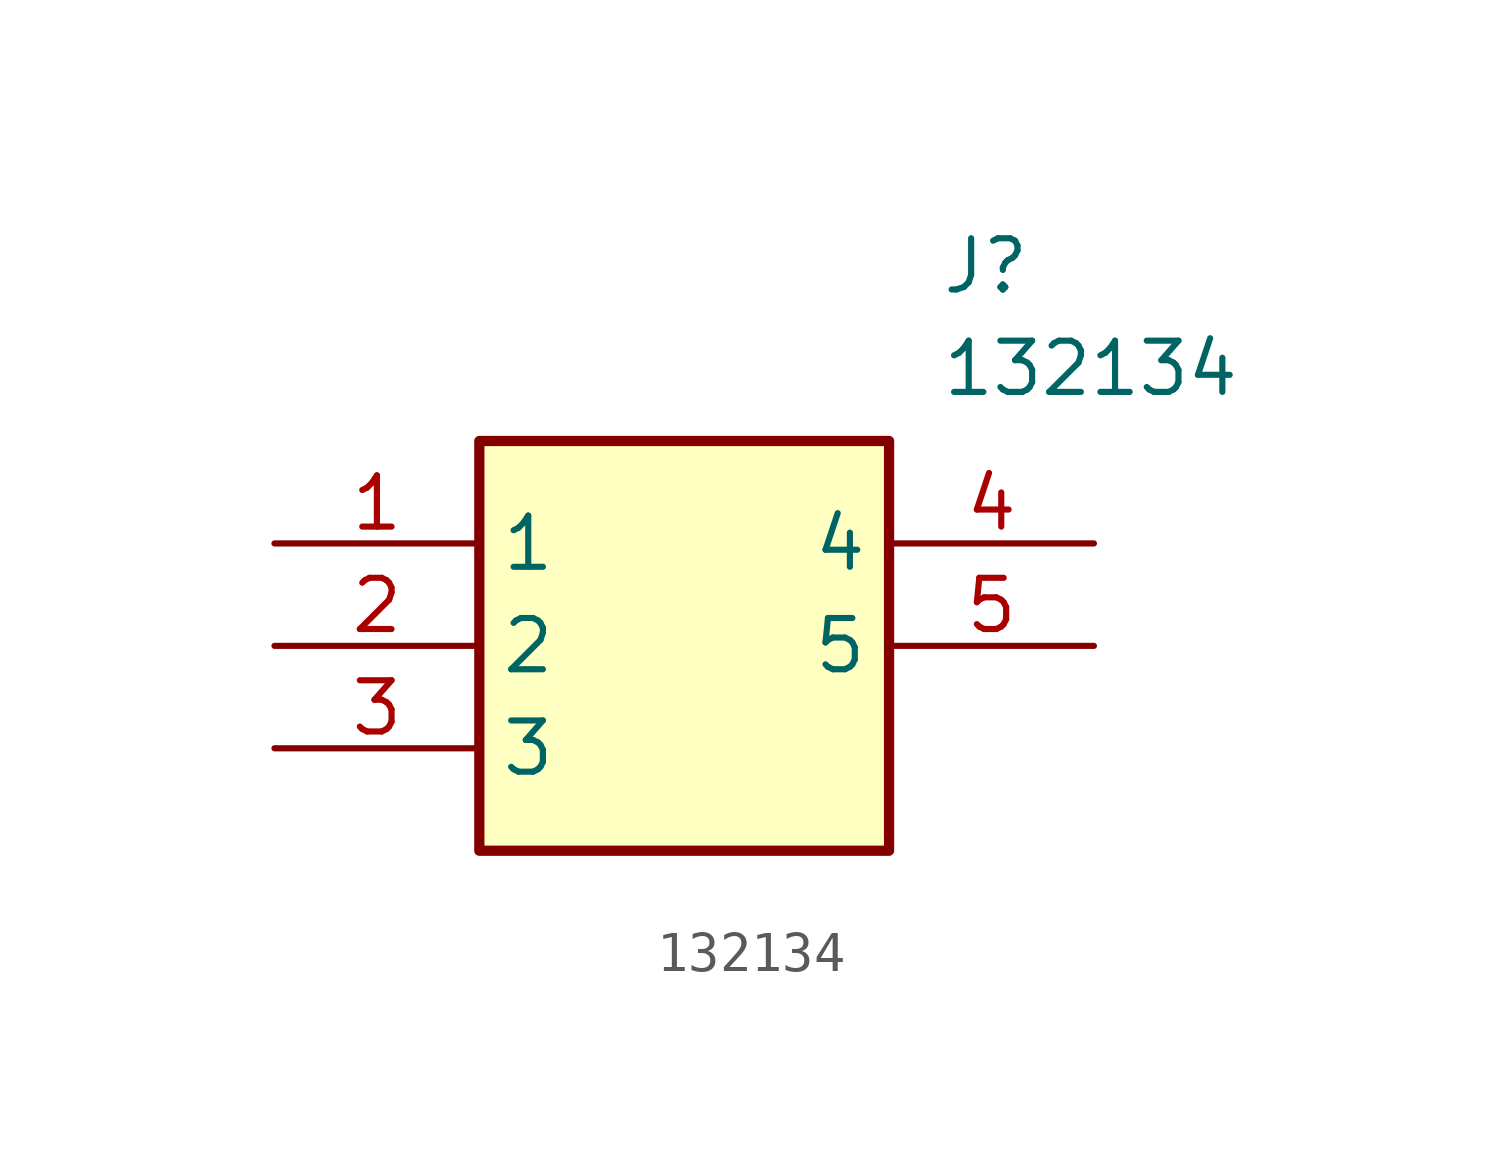
<source format=kicad_sym>
(kicad_symbol_lib
  (version 20211014)
  (generator SamacSys_ECAD_Model)
  (symbol "132134"
    (property "Reference" "J"
      (at 16.51 7.62 0)
      (effects (font (size 1.27 1.27)) (justify left top)))
    (property "Value" "132134"
      (at 16.51 5.08 0)
      (effects (font (size 1.27 1.27)) (justify left top)))
    (rectangle
      (start 5.08 2.54)
      (end 15.24 -7.62)
      (stroke (width 0.254) (type default))
      (fill (type background)))
    (pin passive line
      (at 0 0 0)
      (length 5.08)
      (name "1" (effects (font (size 1.27 1.27))))
      (number "1" (effects (font (size 1.27 1.27)))))
    (pin passive line
      (at 0 -2.54 0)
      (length 5.08)
      (name "2" (effects (font (size 1.27 1.27))))
      (number "2" (effects (font (size 1.27 1.27)))))
    (pin passive line
      (at 0 -5.08 0)
      (length 5.08)
      (name "3" (effects (font (size 1.27 1.27))))
      (number "3" (effects (font (size 1.27 1.27)))))
    (pin passive line
      (at 20.32 0 180)
      (length 5.08)
      (name "4" (effects (font (size 1.27 1.27))))
      (number "4" (effects (font (size 1.27 1.27)))))
    (pin passive line
      (at 20.32 -2.54 180)
      (length 5.08)
      (name "5" (effects (font (size 1.27 1.27))))
      (number "5" (effects (font (size 1.27 1.27)))))))
</source>
